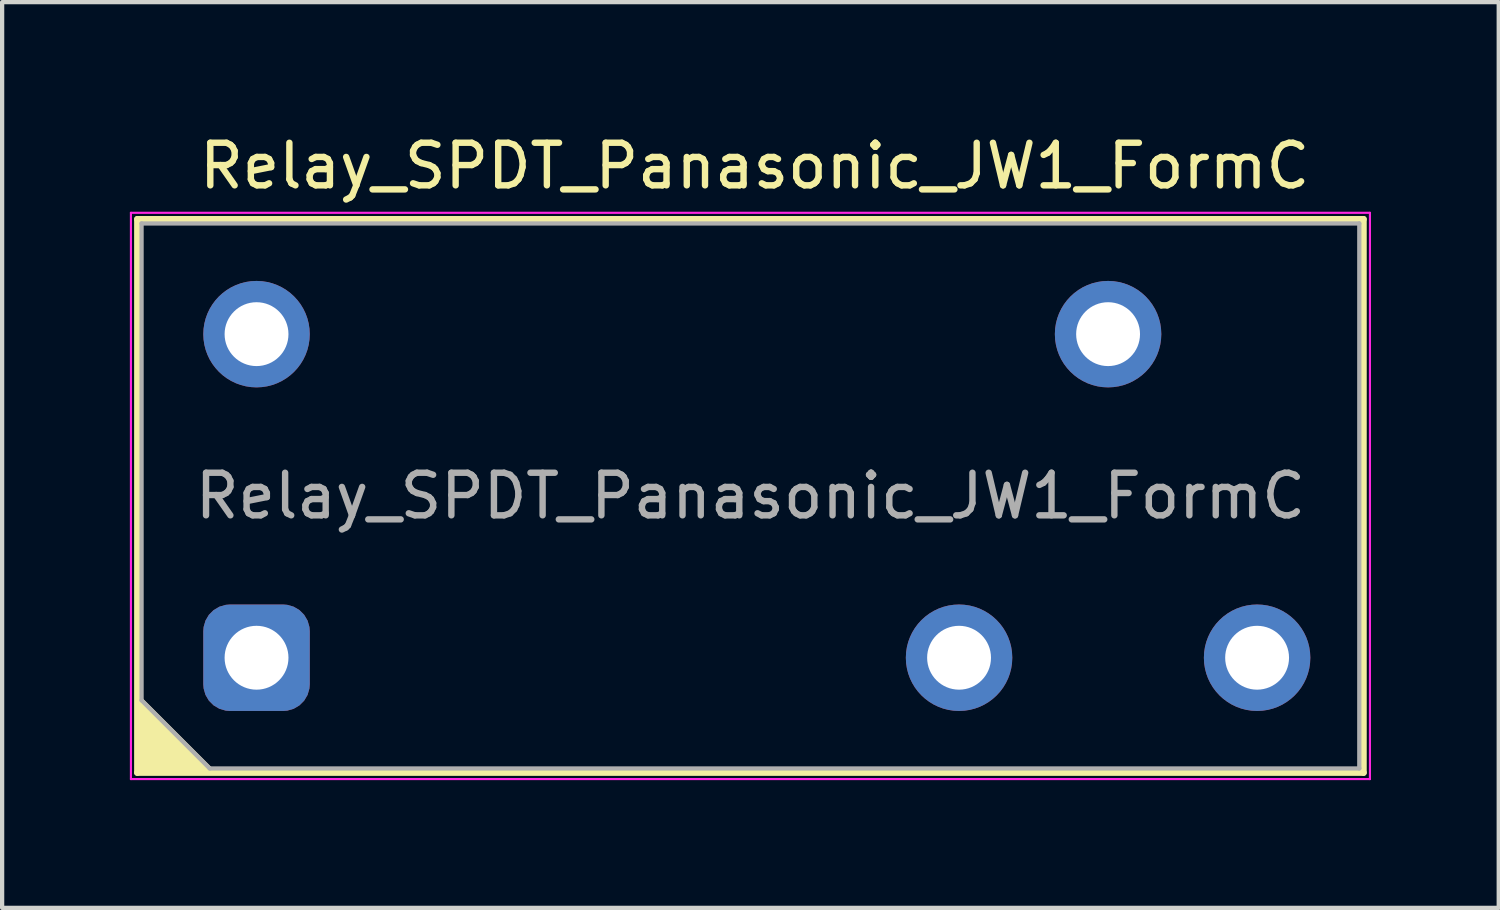
<source format=kicad_pcb>
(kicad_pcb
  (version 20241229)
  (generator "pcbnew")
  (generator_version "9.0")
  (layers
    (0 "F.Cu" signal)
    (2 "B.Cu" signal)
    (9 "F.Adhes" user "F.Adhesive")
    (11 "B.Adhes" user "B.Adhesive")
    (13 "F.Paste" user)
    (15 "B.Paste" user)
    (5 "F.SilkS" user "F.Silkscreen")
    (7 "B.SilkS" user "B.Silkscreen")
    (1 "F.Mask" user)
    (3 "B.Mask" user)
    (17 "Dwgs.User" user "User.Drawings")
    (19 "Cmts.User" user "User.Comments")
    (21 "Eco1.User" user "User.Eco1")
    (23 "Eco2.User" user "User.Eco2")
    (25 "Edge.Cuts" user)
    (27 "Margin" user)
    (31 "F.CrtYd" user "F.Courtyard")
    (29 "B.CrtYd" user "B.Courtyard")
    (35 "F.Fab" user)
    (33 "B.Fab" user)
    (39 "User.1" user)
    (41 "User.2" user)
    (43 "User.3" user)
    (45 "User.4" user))
  (footprint "Relay_SPDT_Panasonic_JW1_FormC"
    (layer "F.Cu")
    (at 2.975 12.398)
    (property "Reference" "Relay_SPDT_Panasonic_JW1_FormC" (at 11.7 -11.55 180) (layer "F.SilkS") (effects (font (size 1 1) (thickness 0.15))))
    (attr through_hole)
    (fp_line (start -2.8 -10.3) (end -2.8 2.7) (stroke (width 0.15) (type solid)) (layer "F.SilkS"))
    (fp_line (start -2.8 2.7) (end 26 2.7) (stroke (width 0.15) (type solid)) (layer "F.SilkS"))
    (fp_line (start 26 -10.3) (end -2.8 -10.3) (stroke (width 0.15) (type solid)) (layer "F.SilkS"))
    (fp_line (start 26 2.7) (end 26 -10.3) (stroke (width 0.15) (type solid)) (layer "F.SilkS"))
    (fp_poly (pts (xy -2.8 2.7) (xy -1 2.7) (xy -2.8 0.9)) (stroke (width 0.1) (type solid)) (fill yes) (layer "F.SilkS"))
    (fp_line (start -2.95 -10.45) (end -2.95 2.85) (stroke (width 0.05) (type solid)) (layer "F.CrtYd"))
    (fp_line (start -2.95 2.85) (end 26.15 2.85) (stroke (width 0.05) (type solid)) (layer "F.CrtYd"))
    (fp_line (start 26.15 -10.45) (end -2.95 -10.45) (stroke (width 0.05) (type solid)) (layer "F.CrtYd"))
    (fp_line (start 26.15 2.85) (end 26.15 -10.45) (stroke (width 0.05) (type solid)) (layer "F.CrtYd"))
    (fp_line (start -2.7 -10.2) (end -2.7 1) (stroke (width 0.1) (type solid)) (layer "F.Fab"))
    (fp_line (start -1.1 2.6) (end -2.7 1) (stroke (width 0.1) (type solid)) (layer "F.Fab"))
    (fp_line (start -1.1 2.6) (end 25.9 2.6) (stroke (width 0.1) (type solid)) (layer "F.Fab"))
    (fp_line (start 25.9 -10.2) (end -2.7 -10.2) (stroke (width 0.1) (type solid)) (layer "F.Fab"))
    (fp_line (start 25.9 2.6) (end 25.9 -10.2) (stroke (width 0.1) (type solid)) (layer "F.Fab"))
    (fp_text user "${REFERENCE}" (at 11.6 -3.8 180) (layer "F.Fab") (effects (font (size 1 1) (thickness 0.15))))
    (pad "A1" thru_hole roundrect (at 0 0 90) (size 2.5 2.5) (drill 1.5) (layers "*.Cu" "*.Mask") (roundrect_rratio 0.25))
    (pad "A2" thru_hole oval (at 0 -7.6 90) (size 2.5 2.5) (drill 1.5) (layers "*.Cu" "*.Mask"))
    (pad "B1" thru_hole oval (at 20 -7.6 90) (size 2.5 2.5) (drill 1.5) (layers "*.Cu" "*.Mask"))
    (pad "B2" thru_hole oval (at 16.5 0 90) (size 2.5 2.5) (drill 1.5) (layers "*.Cu" "*.Mask"))
    (pad "B3" thru_hole oval (at 23.5 0 90) (size 2.5 2.5) (drill 1.5) (layers "*.Cu" "*.Mask")))
  (gr_rect
    (start -3 -3)
    (end 32.15 18.273)
    (stroke (width 0.1) (type default))
    (fill no)
    (layer "Edge.Cuts")))
</source>
